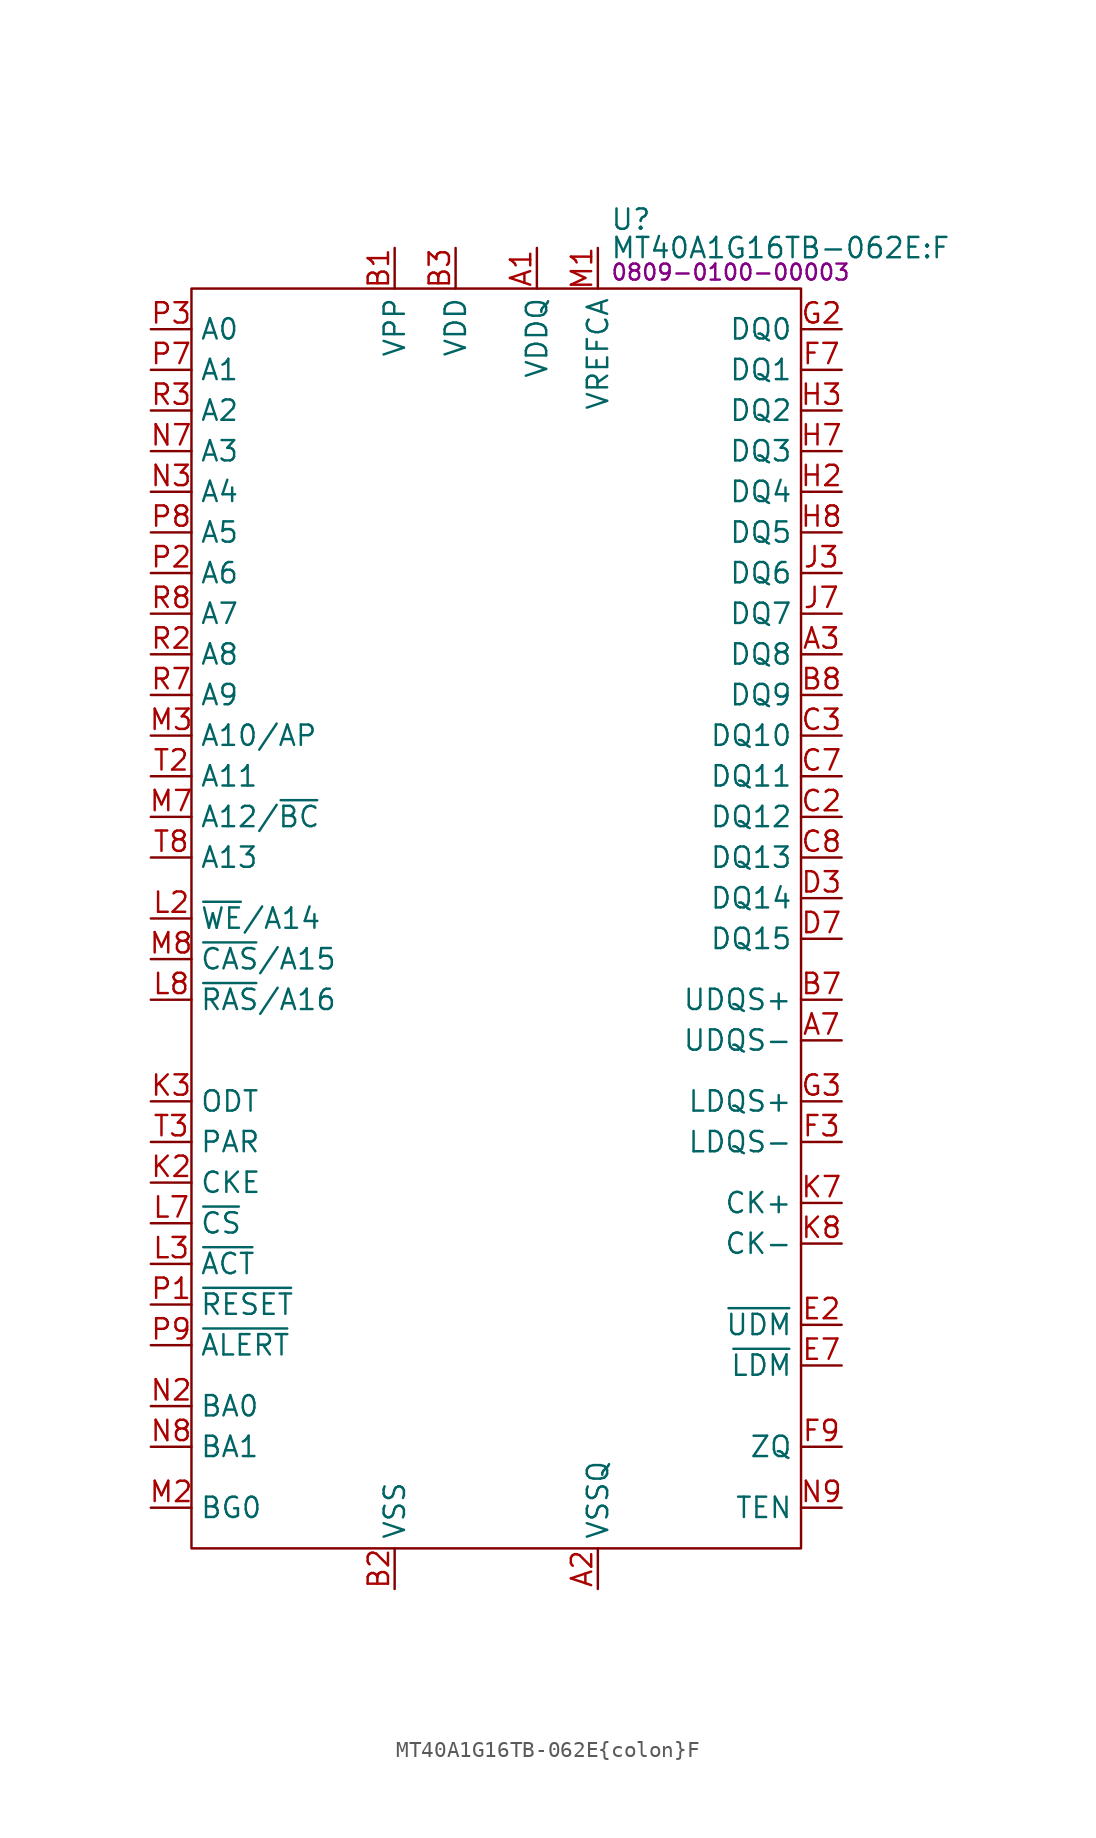
<source format=kicad_sym>
(kicad_symbol_lib
  (version 20231120)
  (generator "kicad_symbol_editor")
  (generator_version "8.0")
  (symbol "MT40A1G16TB-062E{colon}F"
    (property "Reference" "U"
      (at 26.162 4.318 0)
      (effects (font (size 1.27 1.27)) (justify left)))
    (property "Value" "MT40A1G16TB-062E:F"
      (at 26.162 2.54 0)
      (effects (font (size 1.27 1.27)) (justify left)))
    (property "PartNumber" "0809-0100-00003"
      (at 26.162 1.016 0)
      (effects (font (size 1 1)) (justify left)))
    (symbol "MT40A1G16TB-062E{colon}F_0_0"
      (pin unspecified line (at 21.59 2.54 270) (length 2.54) (name "VDDQ" (effects (font (size 1.27 1.27)))) (number "A1" (effects (font (size 1.27 1.27)))))
      (pin unspecified line (at 25.4 -81.28 90) (length 2.54) (name "VSSQ" (effects (font (size 1.27 1.27)))) (number "A2" (effects (font (size 1.27 1.27)))))
      (pin unspecified line (at 40.64 -22.86 180) (length 2.54) (name "DQ8" (effects (font (size 1.27 1.27)))) (number "A3" (effects (font (size 1.27 1.27)))))
      (pin unspecified line (at 40.64 -46.99 180) (length 2.54) (name "UDQS-" (effects (font (size 1.27 1.27)))) (number "A7" (effects (font (size 1.27 1.27)))))
      (pin unspecified line (at 25.4 -81.28 90) (length 2.54) hide (name "VSSQ" (effects (font (size 1.27 1.27)))) (number "A8" (effects (font (size 1.27 1.27)))))
      (pin unspecified line (at 21.59 2.54 270) (length 2.54) hide (name "VDDQ" (effects (font (size 1.27 1.27)))) (number "A9" (effects (font (size 1.27 1.27)))))
      (pin unspecified line (at 12.7 2.54 270) (length 2.54) (name "VPP" (effects (font (size 1.27 1.27)))) (number "B1" (effects (font (size 1.27 1.27)))))
      (pin unspecified line (at 12.7 -81.28 90) (length 2.54) (name "VSS" (effects (font (size 1.27 1.27)))) (number "B2" (effects (font (size 1.27 1.27)))))
      (pin unspecified line (at 16.51 2.54 270) (length 2.54) (name "VDD" (effects (font (size 1.27 1.27)))) (number "B3" (effects (font (size 1.27 1.27)))))
      (pin unspecified line (at 40.64 -44.45 180) (length 2.54) (name "UDQS+" (effects (font (size 1.27 1.27)))) (number "B7" (effects (font (size 1.27 1.27)))))
      (pin unspecified line (at 40.64 -25.4 180) (length 2.54) (name "DQ9" (effects (font (size 1.27 1.27)))) (number "B8" (effects (font (size 1.27 1.27)))))
      (pin unspecified line (at 16.51 2.54 270) (length 2.54) hide (name "VDD" (effects (font (size 1.27 1.27)))) (number "B9" (effects (font (size 1.27 1.27)))))
      (pin unspecified line (at 21.59 2.54 270) (length 2.54) hide (name "VDDQ" (effects (font (size 1.27 1.27)))) (number "C1" (effects (font (size 1.27 1.27)))))
      (pin unspecified line (at 40.64 -33.02 180) (length 2.54) (name "DQ12" (effects (font (size 1.27 1.27)))) (number "C2" (effects (font (size 1.27 1.27)))))
      (pin unspecified line (at 40.64 -27.94 180) (length 2.54) (name "DQ10" (effects (font (size 1.27 1.27)))) (number "C3" (effects (font (size 1.27 1.27)))))
      (pin unspecified line (at 40.64 -30.48 180) (length 2.54) (name "DQ11" (effects (font (size 1.27 1.27)))) (number "C7" (effects (font (size 1.27 1.27)))))
      (pin unspecified line (at 40.64 -35.56 180) (length 2.54) (name "DQ13" (effects (font (size 1.27 1.27)))) (number "C8" (effects (font (size 1.27 1.27)))))
      (pin unspecified line (at 25.4 -81.28 90) (length 2.54) hide (name "VSSQ" (effects (font (size 1.27 1.27)))) (number "C9" (effects (font (size 1.27 1.27)))))
      (pin unspecified line (at 16.51 2.54 270) (length 2.54) hide (name "VDD" (effects (font (size 1.27 1.27)))) (number "D1" (effects (font (size 1.27 1.27)))))
      (pin unspecified line (at 25.4 -81.28 90) (length 2.54) hide (name "VSSQ" (effects (font (size 1.27 1.27)))) (number "D2" (effects (font (size 1.27 1.27)))))
      (pin unspecified line (at 40.64 -38.1 180) (length 2.54) (name "DQ14" (effects (font (size 1.27 1.27)))) (number "D3" (effects (font (size 1.27 1.27)))))
      (pin unspecified line (at 40.64 -40.64 180) (length 2.54) (name "DQ15" (effects (font (size 1.27 1.27)))) (number "D7" (effects (font (size 1.27 1.27)))))
      (pin unspecified line (at 25.4 -81.28 90) (length 2.54) hide (name "VSSQ" (effects (font (size 1.27 1.27)))) (number "D8" (effects (font (size 1.27 1.27)))))
      (pin unspecified line (at 21.59 2.54 270) (length 2.54) hide (name "VDDQ" (effects (font (size 1.27 1.27)))) (number "D9" (effects (font (size 1.27 1.27)))))
      (pin unspecified line (at 12.7 -81.28 90) (length 2.54) hide (name "VSS" (effects (font (size 1.27 1.27)))) (number "E1" (effects (font (size 1.27 1.27)))))
      (pin unspecified line (at 40.64 -64.77 180) (length 2.54) (name "~{UDM}" (effects (font (size 1.27 1.27)))) (number "E2" (effects (font (size 1.27 1.27)))) (alternate "NF" unspecified line) (alternate "~{UDBI}" unspecified line))
      (pin unspecified line (at 25.4 -81.28 90) (length 2.54) hide (name "VSSQ" (effects (font (size 1.27 1.27)))) (number "E3" (effects (font (size 1.27 1.27)))))
      (pin unspecified line (at 40.64 -67.31 180) (length 2.54) (name "~{LDM}" (effects (font (size 1.27 1.27)))) (number "E7" (effects (font (size 1.27 1.27)))) (alternate "NF" unspecified line) (alternate "~{LDBI}" unspecified line))
      (pin unspecified line (at 25.4 -81.28 90) (length 2.54) hide (name "VSSQ" (effects (font (size 1.27 1.27)))) (number "E8" (effects (font (size 1.27 1.27)))))
      (pin unspecified line (at 12.7 -81.28 90) (length 2.54) hide (name "VSS" (effects (font (size 1.27 1.27)))) (number "E9" (effects (font (size 1.27 1.27)))))
      (pin unspecified line (at 25.4 -81.28 90) (length 2.54) hide (name "VSSQ" (effects (font (size 1.27 1.27)))) (number "F1" (effects (font (size 1.27 1.27)))))
      (pin unspecified line (at 21.59 2.54 270) (length 2.54) hide (name "VDDQ" (effects (font (size 1.27 1.27)))) (number "F2" (effects (font (size 1.27 1.27)))))
      (pin unspecified line (at 40.64 -53.34 180) (length 2.54) (name "LDQS-" (effects (font (size 1.27 1.27)))) (number "F3" (effects (font (size 1.27 1.27)))))
      (pin unspecified line (at 40.64 -5.08 180) (length 2.54) (name "DQ1" (effects (font (size 1.27 1.27)))) (number "F7" (effects (font (size 1.27 1.27)))))
      (pin unspecified line (at 21.59 2.54 270) (length 2.54) hide (name "VDDQ" (effects (font (size 1.27 1.27)))) (number "F8" (effects (font (size 1.27 1.27)))))
      (pin unspecified line (at 40.64 -72.39 180) (length 2.54) (name "ZQ" (effects (font (size 1.27 1.27)))) (number "F9" (effects (font (size 1.27 1.27)))))
      (pin unspecified line (at 21.59 2.54 270) (length 2.54) hide (name "VDDQ" (effects (font (size 1.27 1.27)))) (number "G1" (effects (font (size 1.27 1.27)))))
      (pin unspecified line (at 40.64 -2.54 180) (length 2.54) (name "DQ0" (effects (font (size 1.27 1.27)))) (number "G2" (effects (font (size 1.27 1.27)))))
      (pin unspecified line (at 40.64 -50.8 180) (length 2.54) (name "LDQS+" (effects (font (size 1.27 1.27)))) (number "G3" (effects (font (size 1.27 1.27)))))
      (pin unspecified line (at 16.51 2.54 270) (length 2.54) hide (name "VDD" (effects (font (size 1.27 1.27)))) (number "G7" (effects (font (size 1.27 1.27)))))
      (pin unspecified line (at 12.7 -81.28 90) (length 2.54) hide (name "VSS" (effects (font (size 1.27 1.27)))) (number "G8" (effects (font (size 1.27 1.27)))))
      (pin unspecified line (at 21.59 2.54 270) (length 2.54) hide (name "VDDQ" (effects (font (size 1.27 1.27)))) (number "G9" (effects (font (size 1.27 1.27)))))
      (pin unspecified line (at 25.4 -81.28 90) (length 2.54) hide (name "VSSQ" (effects (font (size 1.27 1.27)))) (number "H1" (effects (font (size 1.27 1.27)))))
      (pin unspecified line (at 40.64 -12.7 180) (length 2.54) (name "DQ4" (effects (font (size 1.27 1.27)))) (number "H2" (effects (font (size 1.27 1.27)))))
      (pin unspecified line (at 40.64 -7.62 180) (length 2.54) (name "DQ2" (effects (font (size 1.27 1.27)))) (number "H3" (effects (font (size 1.27 1.27)))))
      (pin unspecified line (at 40.64 -10.16 180) (length 2.54) (name "DQ3" (effects (font (size 1.27 1.27)))) (number "H7" (effects (font (size 1.27 1.27)))))
      (pin unspecified line (at 40.64 -15.24 180) (length 2.54) (name "DQ5" (effects (font (size 1.27 1.27)))) (number "H8" (effects (font (size 1.27 1.27)))))
      (pin unspecified line (at 25.4 -81.28 90) (length 2.54) hide (name "VSSQ" (effects (font (size 1.27 1.27)))) (number "H9" (effects (font (size 1.27 1.27)))))
      (pin unspecified line (at 16.51 2.54 270) (length 2.54) hide (name "VDD" (effects (font (size 1.27 1.27)))) (number "J1" (effects (font (size 1.27 1.27)))))
      (pin unspecified line (at 21.59 2.54 270) (length 2.54) hide (name "VDDQ" (effects (font (size 1.27 1.27)))) (number "J2" (effects (font (size 1.27 1.27)))))
      (pin unspecified line (at 40.64 -17.78 180) (length 2.54) (name "DQ6" (effects (font (size 1.27 1.27)))) (number "J3" (effects (font (size 1.27 1.27)))))
      (pin unspecified line (at 40.64 -20.32 180) (length 2.54) (name "DQ7" (effects (font (size 1.27 1.27)))) (number "J7" (effects (font (size 1.27 1.27)))))
      (pin unspecified line (at 21.59 2.54 270) (length 2.54) hide (name "VDDQ" (effects (font (size 1.27 1.27)))) (number "J8" (effects (font (size 1.27 1.27)))))
      (pin unspecified line (at 16.51 2.54 270) (length 2.54) hide (name "VDD" (effects (font (size 1.27 1.27)))) (number "J9" (effects (font (size 1.27 1.27)))))
      (pin unspecified line (at 12.7 -81.28 90) (length 2.54) hide (name "VSS" (effects (font (size 1.27 1.27)))) (number "K1" (effects (font (size 1.27 1.27)))))
      (pin unspecified line (at -2.54 -55.88 0) (length 2.54) (name "CKE" (effects (font (size 1.27 1.27)))) (number "K2" (effects (font (size 1.27 1.27)))))
      (pin unspecified line (at -2.54 -50.8 0) (length 2.54) (name "ODT" (effects (font (size 1.27 1.27)))) (number "K3" (effects (font (size 1.27 1.27)))))
      (pin unspecified line (at 40.64 -57.15 180) (length 2.54) (name "CK+" (effects (font (size 1.27 1.27)))) (number "K7" (effects (font (size 1.27 1.27)))))
      (pin unspecified line (at 40.64 -59.69 180) (length 2.54) (name "CK-" (effects (font (size 1.27 1.27)))) (number "K8" (effects (font (size 1.27 1.27)))))
      (pin unspecified line (at 12.7 -81.28 90) (length 2.54) hide (name "VSS" (effects (font (size 1.27 1.27)))) (number "K9" (effects (font (size 1.27 1.27)))))
      (pin unspecified line (at 16.51 2.54 270) (length 2.54) hide (name "VDD" (effects (font (size 1.27 1.27)))) (number "L1" (effects (font (size 1.27 1.27)))))
      (pin unspecified line (at -2.54 -39.37 0) (length 2.54) (name "~{WE}/A14" (effects (font (size 1.27 1.27)))) (number "L2" (effects (font (size 1.27 1.27)))))
      (pin unspecified line (at -2.54 -60.96 0) (length 2.54) (name "~{ACT}" (effects (font (size 1.27 1.27)))) (number "L3" (effects (font (size 1.27 1.27)))))
      (pin unspecified line (at -2.54 -58.42 0) (length 2.54) (name "~{CS}" (effects (font (size 1.27 1.27)))) (number "L7" (effects (font (size 1.27 1.27)))))
      (pin unspecified line (at -2.54 -44.45 0) (length 2.54) (name "~{RAS}/A16" (effects (font (size 1.27 1.27)))) (number "L8" (effects (font (size 1.27 1.27)))))
      (pin unspecified line (at 16.51 2.54 270) (length 2.54) hide (name "VDD" (effects (font (size 1.27 1.27)))) (number "L9" (effects (font (size 1.27 1.27)))))
      (pin unspecified line (at 25.4 2.54 270) (length 2.54) (name "VREFCA" (effects (font (size 1.27 1.27)))) (number "M1" (effects (font (size 1.27 1.27)))))
      (pin unspecified line (at -2.54 -76.2 0) (length 2.54) (name "BG0" (effects (font (size 1.27 1.27)))) (number "M2" (effects (font (size 1.27 1.27)))))
      (pin unspecified line (at -2.54 -27.94 0) (length 2.54) (name "A10/AP" (effects (font (size 1.27 1.27)))) (number "M3" (effects (font (size 1.27 1.27)))))
      (pin unspecified line (at -2.54 -33.02 0) (length 2.54) (name "A12/~{BC}" (effects (font (size 1.27 1.27)))) (number "M7" (effects (font (size 1.27 1.27)))))
      (pin unspecified line (at -2.54 -41.91 0) (length 2.54) (name "~{CAS}/A15" (effects (font (size 1.27 1.27)))) (number "M8" (effects (font (size 1.27 1.27)))))
      (pin unspecified line (at 12.7 -81.28 90) (length 2.54) hide (name "VSS" (effects (font (size 1.27 1.27)))) (number "M9" (effects (font (size 1.27 1.27)))))
      (pin unspecified line (at 12.7 -81.28 90) (length 2.54) hide (name "VSS" (effects (font (size 1.27 1.27)))) (number "N1" (effects (font (size 1.27 1.27)))))
      (pin unspecified line (at -2.54 -69.85 0) (length 2.54) (name "BA0" (effects (font (size 1.27 1.27)))) (number "N2" (effects (font (size 1.27 1.27)))))
      (pin unspecified line (at -2.54 -12.7 0) (length 2.54) (name "A4" (effects (font (size 1.27 1.27)))) (number "N3" (effects (font (size 1.27 1.27)))))
      (pin unspecified line (at -2.54 -10.16 0) (length 2.54) (name "A3" (effects (font (size 1.27 1.27)))) (number "N7" (effects (font (size 1.27 1.27)))))
      (pin unspecified line (at -2.54 -72.39 0) (length 2.54) (name "BA1" (effects (font (size 1.27 1.27)))) (number "N8" (effects (font (size 1.27 1.27)))))
      (pin unspecified line (at 40.64 -76.2 180) (length 2.54) (name "TEN" (effects (font (size 1.27 1.27)))) (number "N9" (effects (font (size 1.27 1.27)))))
      (pin unspecified line (at -2.54 -63.5 0) (length 2.54) (name "~{RESET}" (effects (font (size 1.27 1.27)))) (number "P1" (effects (font (size 1.27 1.27)))))
      (pin unspecified line (at -2.54 -17.78 0) (length 2.54) (name "A6" (effects (font (size 1.27 1.27)))) (number "P2" (effects (font (size 1.27 1.27)))))
      (pin unspecified line (at -2.54 -2.54 0) (length 2.54) (name "A0" (effects (font (size 1.27 1.27)))) (number "P3" (effects (font (size 1.27 1.27)))))
      (pin unspecified line (at -2.54 -5.08 0) (length 2.54) (name "A1" (effects (font (size 1.27 1.27)))) (number "P7" (effects (font (size 1.27 1.27)))))
      (pin unspecified line (at -2.54 -15.24 0) (length 2.54) (name "A5" (effects (font (size 1.27 1.27)))) (number "P8" (effects (font (size 1.27 1.27)))))
      (pin unspecified line (at -2.54 -66.04 0) (length 2.54) (name "~{ALERT}" (effects (font (size 1.27 1.27)))) (number "P9" (effects (font (size 1.27 1.27)))))
      (pin unspecified line (at 16.51 2.54 270) (length 2.54) hide (name "VDD" (effects (font (size 1.27 1.27)))) (number "R1" (effects (font (size 1.27 1.27)))))
      (pin unspecified line (at -2.54 -22.86 0) (length 2.54) (name "A8" (effects (font (size 1.27 1.27)))) (number "R2" (effects (font (size 1.27 1.27)))))
      (pin unspecified line (at -2.54 -7.62 0) (length 2.54) (name "A2" (effects (font (size 1.27 1.27)))) (number "R3" (effects (font (size 1.27 1.27)))))
      (pin unspecified line (at -2.54 -25.4 0) (length 2.54) (name "A9" (effects (font (size 1.27 1.27)))) (number "R7" (effects (font (size 1.27 1.27)))))
      (pin unspecified line (at -2.54 -20.32 0) (length 2.54) (name "A7" (effects (font (size 1.27 1.27)))) (number "R8" (effects (font (size 1.27 1.27)))))
      (pin unspecified line (at 12.7 2.54 270) (length 2.54) hide (name "VPP" (effects (font (size 1.27 1.27)))) (number "R9" (effects (font (size 1.27 1.27)))))
      (pin unspecified line (at 12.7 -81.28 90) (length 2.54) hide (name "VSS" (effects (font (size 1.27 1.27)))) (number "T1" (effects (font (size 1.27 1.27)))))
      (pin unspecified line (at -2.54 -30.48 0) (length 2.54) (name "A11" (effects (font (size 1.27 1.27)))) (number "T2" (effects (font (size 1.27 1.27)))))
      (pin unspecified line (at -2.54 -53.34 0) (length 2.54) (name "PAR" (effects (font (size 1.27 1.27)))) (number "T3" (effects (font (size 1.27 1.27)))))
      (pin unspecified line (at 6.35 -13.97 270) (length 2.54) hide (name "NC" (effects (font (size 1.27 1.27)))) (number "T7" (effects (font (size 1.27 1.27)))))
      (pin unspecified line (at -2.54 -35.56 0) (length 2.54) (name "A13" (effects (font (size 1.27 1.27)))) (number "T8" (effects (font (size 1.27 1.27)))))
      (pin unspecified line (at 16.51 2.54 270) (length 2.54) hide (name "VDD" (effects (font (size 1.27 1.27)))) (number "T9" (effects (font (size 1.27 1.27))))))
    (symbol "MT40A1G16TB-062E{colon}F_0_1"
      (rectangle (start 0 0) (end 38.1 -78.74) (stroke (width 0) (type default)) (fill (type none))))))
</source>
